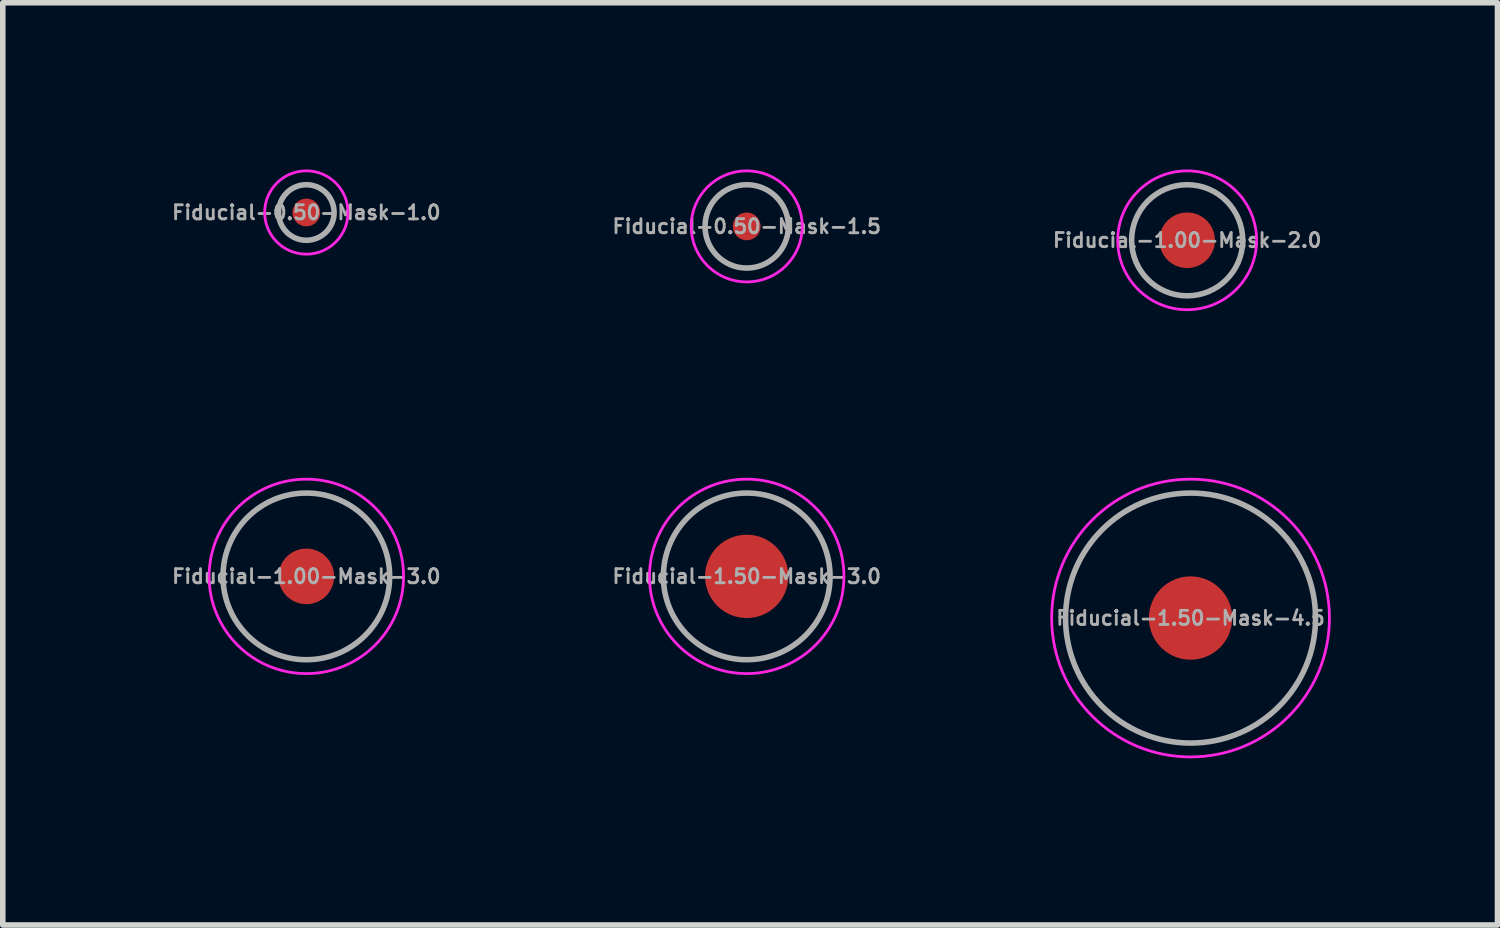
<source format=kicad_pcb>
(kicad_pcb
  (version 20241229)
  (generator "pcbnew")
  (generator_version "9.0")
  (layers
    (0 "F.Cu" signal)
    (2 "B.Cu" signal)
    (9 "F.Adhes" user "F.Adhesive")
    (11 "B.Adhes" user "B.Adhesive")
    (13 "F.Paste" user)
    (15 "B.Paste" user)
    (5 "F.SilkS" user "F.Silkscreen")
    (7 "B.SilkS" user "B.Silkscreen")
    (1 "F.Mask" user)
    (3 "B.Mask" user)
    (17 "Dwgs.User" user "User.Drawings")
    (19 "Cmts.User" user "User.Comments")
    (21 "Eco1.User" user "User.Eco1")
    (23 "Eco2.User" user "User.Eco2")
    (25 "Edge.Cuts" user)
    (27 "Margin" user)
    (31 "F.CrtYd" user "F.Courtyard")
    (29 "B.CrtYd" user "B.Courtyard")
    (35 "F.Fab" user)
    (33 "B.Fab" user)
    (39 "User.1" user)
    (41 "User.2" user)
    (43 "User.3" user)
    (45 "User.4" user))
  (footprint "Fiducial-1.00-Mask-3.0"
    (layer "F.Cu")
    (at 2.464 7.325)
    (property "Reference" "Fiducial-1.00-Mask-3.0" (at 0 0 0) (layer "F.Fab") (effects (font (size 0.254 0.254) (thickness 0.051))))
    (attr smd)
    (fp_circle (center 0 0) (end 1.75 0) (stroke (width 0.05) (type solid)) (fill no) (layer "F.CrtYd"))
    (fp_circle (center 0 0) (end 1.5 0) (stroke (width 0.1) (type solid)) (fill no) (layer "F.Fab"))
    (pad "" smd circle (at 0 0) (size 1 1) (layers "F.Cu" "F.Mask")))
  (footprint "Fiducial-0.50-Mask-1.5"
    (layer "F.Cu")
    (at 10.391 1.025)
    (property "Reference" "Fiducial-0.50-Mask-1.5" (at 0 0 0) (layer "F.Fab") (effects (font (size 0.254 0.254) (thickness 0.051))))
    (attr smd)
    (fp_circle (center 0 0) (end 1 0) (stroke (width 0.05) (type solid)) (fill no) (layer "F.CrtYd"))
    (fp_circle (center 0 0) (end 0.75 0) (stroke (width 0.1) (type solid)) (fill no) (layer "F.Fab"))
    (pad "" smd circle (at 0 0) (size 0.5 0.5) (layers "F.Cu" "F.Mask")))
  (footprint "Fiducial-0.50-Mask-1.0"
    (layer "F.Cu")
    (at 2.464 0.775)
    (property "Reference" "Fiducial-0.50-Mask-1.0" (at 0 0 0) (layer "F.Fab") (effects (font (size 0.254 0.254) (thickness 0.051))))
    (attr smd)
    (fp_circle (center 0 0) (end 0.75 0) (stroke (width 0.05) (type solid)) (fill no) (layer "F.CrtYd"))
    (fp_circle (center 0 0) (end 0.5 0) (stroke (width 0.1) (type solid)) (fill no) (layer "F.Fab"))
    (pad "" smd circle (at 0 0) (size 0.5 0.5) (layers "F.Cu" "F.Mask")))
  (footprint "Fiducial-1.00-Mask-2.0"
    (layer "F.Cu")
    (at 18.319 1.275)
    (property "Reference" "Fiducial-1.00-Mask-2.0" (at 0 0 0) (layer "F.Fab") (effects (font (size 0.254 0.254) (thickness 0.051))))
    (attr smd)
    (fp_circle (center 0 0) (end 1.25 0) (stroke (width 0.05) (type solid)) (fill no) (layer "F.CrtYd"))
    (fp_circle (center 0 0) (end 1 0) (stroke (width 0.1) (type solid)) (fill no) (layer "F.Fab"))
    (pad "" smd circle (at 0 0) (size 1 1) (layers "F.Cu" "F.Mask")))
  (footprint "Fiducial-1.50-Mask-4.5"
    (layer "F.Cu")
    (at 18.38 8.075)
    (property "Reference" "Fiducial-1.50-Mask-4.5" (at 0 0 0) (layer "F.Fab") (effects (font (size 0.254 0.254) (thickness 0.051))))
    (attr smd)
    (fp_circle (center 0 0) (end 2.5 0) (stroke (width 0.05) (type solid)) (fill no) (layer "F.CrtYd"))
    (fp_circle (center 0 0) (end 2.25 0) (stroke (width 0.1) (type solid)) (fill no) (layer "F.Fab"))
    (pad "" smd circle (at 0 0) (size 1.5 1.5) (layers "F.Cu" "F.Mask")))
  (footprint "Fiducial-1.50-Mask-3.0"
    (layer "F.Cu")
    (at 10.391 7.325)
    (property "Reference" "Fiducial-1.50-Mask-3.0" (at 0 0 0) (layer "F.Fab") (effects (font (size 0.254 0.254) (thickness 0.051))))
    (attr smd)
    (fp_circle (center 0 0) (end 1.75 0) (stroke (width 0.05) (type solid)) (fill no) (layer "F.CrtYd"))
    (fp_circle (center 0 0) (end 1.5 0) (stroke (width 0.1) (type solid)) (fill no) (layer "F.Fab"))
    (pad "" smd circle (at 0 0) (size 1.5 1.5) (layers "F.Cu" "F.Mask")))
  (gr_rect
    (start -3 -3)
    (end 23.905 13.6)
    (stroke (width 0.1) (type default))
    (fill no)
    (layer "Edge.Cuts")))
</source>
